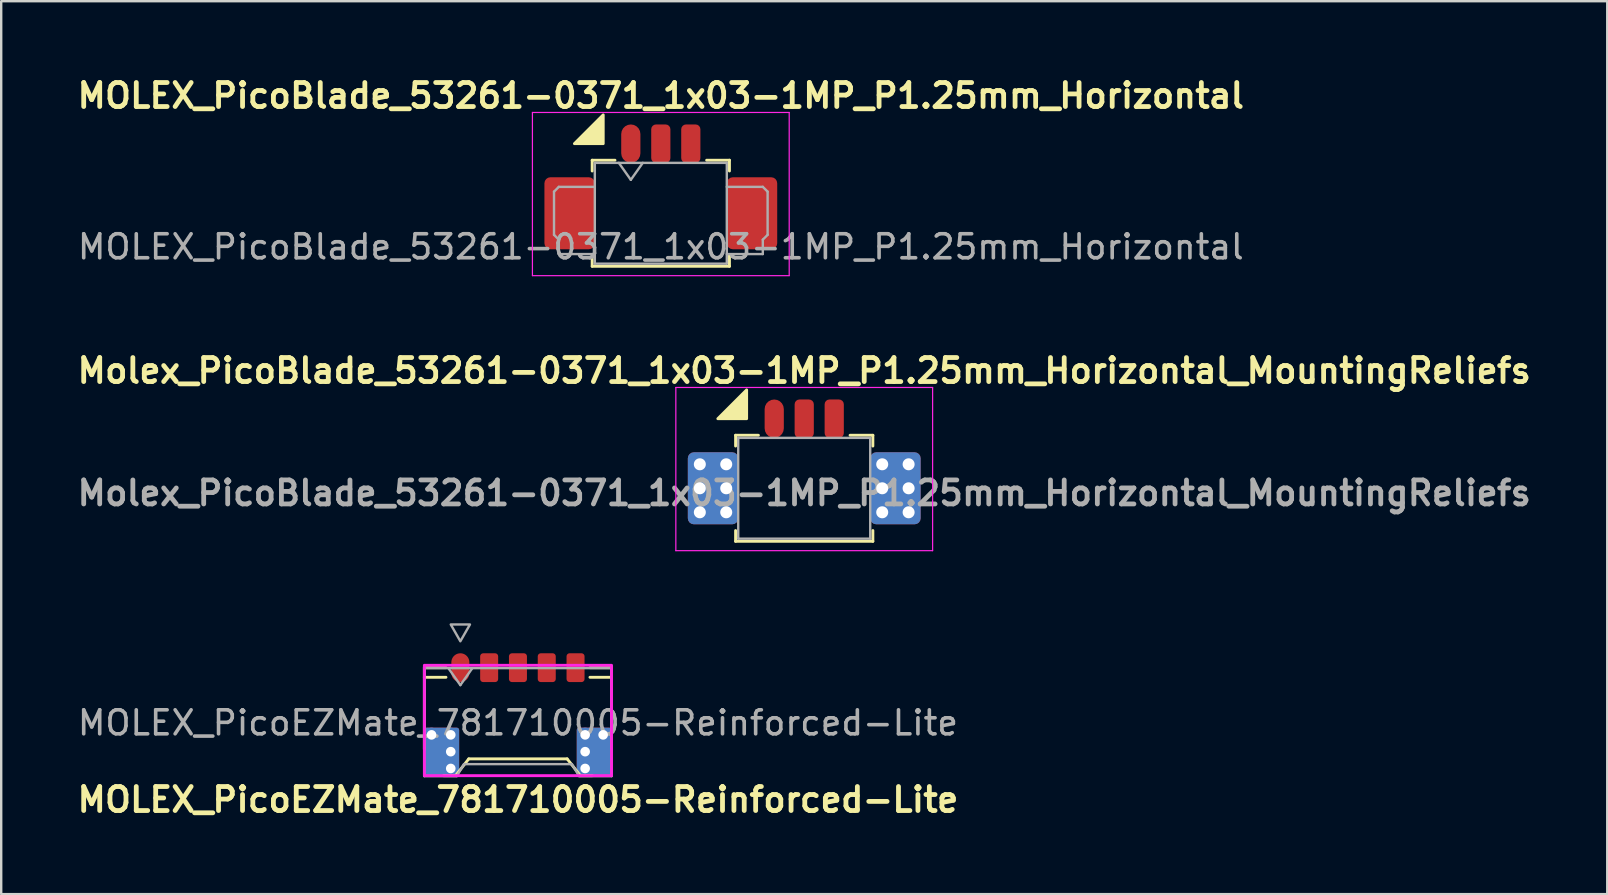
<source format=kicad_pcb>
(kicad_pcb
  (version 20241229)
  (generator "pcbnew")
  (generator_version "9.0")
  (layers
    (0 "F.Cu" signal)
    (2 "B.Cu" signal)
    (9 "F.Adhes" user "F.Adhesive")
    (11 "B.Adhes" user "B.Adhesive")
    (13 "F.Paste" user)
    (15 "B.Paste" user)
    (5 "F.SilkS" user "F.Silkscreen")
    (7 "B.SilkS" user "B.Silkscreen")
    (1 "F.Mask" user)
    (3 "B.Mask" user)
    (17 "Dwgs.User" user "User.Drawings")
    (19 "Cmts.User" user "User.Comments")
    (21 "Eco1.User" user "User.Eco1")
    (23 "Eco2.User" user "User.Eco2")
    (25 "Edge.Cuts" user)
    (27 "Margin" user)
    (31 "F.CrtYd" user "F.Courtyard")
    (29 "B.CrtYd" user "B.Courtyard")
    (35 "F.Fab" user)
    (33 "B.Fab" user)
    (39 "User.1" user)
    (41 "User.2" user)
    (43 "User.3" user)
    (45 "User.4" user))
  (footprint "Molex_PicoBlade_53261-0371_1x03-1MP_P1.25mm_Horizontal_MountingReliefs"
    (layer "F.Cu")
    (at 30.462 16.797)
    (property "Reference" "Molex_PicoBlade_53261-0371_1x03-1MP_P1.25mm_Horizontal_MountingReliefs" (at 0 -4.4 0) (layer "F.SilkS") (effects (font (size 1 1) (thickness 0.2))))
    (attr smd)
    (fp_line (start -2.86 -1.71) (end -1.91 -1.71) (stroke (width 0.12) (type solid)) (layer "F.SilkS"))
    (fp_line (start -2.86 -1.26) (end -2.86 -1.71) (stroke (width 0.12) (type solid)) (layer "F.SilkS"))
    (fp_line (start -2.86 2.26) (end -2.86 2.71) (stroke (width 0.12) (type solid)) (layer "F.SilkS"))
    (fp_line (start -2.86 2.71) (end 2.86 2.71) (stroke (width 0.12) (type solid)) (layer "F.SilkS"))
    (fp_line (start 2.86 -1.71) (end 1.91 -1.71) (stroke (width 0.12) (type solid)) (layer "F.SilkS"))
    (fp_line (start 2.86 -1.26) (end 2.86 -1.71) (stroke (width 0.12) (type solid)) (layer "F.SilkS"))
    (fp_line (start 2.86 2.71) (end 2.86 2.26) (stroke (width 0.12) (type solid)) (layer "F.SilkS"))
    (fp_poly (pts (xy -2.4 -2.4) (xy -3.6 -2.4) (xy -2.4 -3.6)) (stroke (width 0.12) (type solid)) (fill yes) (layer "F.SilkS"))
    (fp_line (start -5.35 -3.7) (end -5.35 3.1) (stroke (width 0.05) (type solid)) (layer "F.CrtYd"))
    (fp_line (start -5.35 3.1) (end 5.35 3.1) (stroke (width 0.05) (type solid)) (layer "F.CrtYd"))
    (fp_line (start 5.35 -3.7) (end -5.35 -3.7) (stroke (width 0.05) (type solid)) (layer "F.CrtYd"))
    (fp_line (start 5.35 3.1) (end 5.35 -3.7) (stroke (width 0.05) (type solid)) (layer "F.CrtYd"))
    (fp_line (start -2.75 -1.6) (end -2.75 2.6) (stroke (width 0.1) (type solid)) (layer "F.Fab"))
    (fp_line (start -2.75 -1.6) (end 2.75 -1.6) (stroke (width 0.1) (type solid)) (layer "F.Fab"))
    (fp_line (start -2.75 2.6) (end 2.75 2.6) (stroke (width 0.1) (type solid)) (layer "F.Fab"))
    (fp_line (start 2.75 -1.6) (end 2.75 2.6) (stroke (width 0.1) (type solid)) (layer "F.Fab"))
    (fp_text user "${REFERENCE}" (at 0 0.7 0) (layer "F.Fab") (effects (font (size 1 1) (thickness 0.2))))
    (pad "1" smd roundrect (at -1.25 -2.4) (size 0.8 1.6) (layers "F.Cu" "F.Mask" "F.Paste") (roundrect_rratio 0.5))
    (pad "2" smd roundrect (at 0 -2.4) (size 0.8 1.6) (layers "F.Cu" "F.Mask" "F.Paste") (roundrect_rratio 0.25))
    (pad "3" smd roundrect (at 1.25 -2.4) (size 0.8 1.6) (layers "F.Cu" "F.Mask" "F.Paste") (roundrect_rratio 0.25))
    (pad "MP" thru_hole circle (at -4.35 -0.5) (size 0.7 0.7) (drill 0.5) (layers "*.Cu" "F.Mask"))
    (pad "MP" thru_hole circle (at -4.35 0.5) (size 0.7 0.7) (drill 0.5) (layers "*.Cu" "F.Mask"))
    (pad "MP" thru_hole circle (at -4.35 1.5) (size 0.7 0.7) (drill 0.5) (layers "*.Cu" "F.Mask"))
    (pad "MP" smd roundrect (at -3.8 0.5) (size 2.1 3) (layers "F.Cu" "F.Mask" "F.Paste") (roundrect_rratio 0.119))
    (pad "MP" smd roundrect (at -3.8 0.5) (size 2.1 3) (layers "B.Cu") (roundrect_rratio 0.119))
    (pad "MP" thru_hole circle (at -3.25 -0.5) (size 0.7 0.7) (drill 0.5) (layers "*.Cu" "F.Mask"))
    (pad "MP" thru_hole circle (at -3.25 0.5) (size 0.7 0.7) (drill 0.5) (layers "*.Cu" "F.Mask"))
    (pad "MP" thru_hole circle (at -3.25 1.5) (size 0.7 0.7) (drill 0.5) (layers "*.Cu" "F.Mask"))
    (pad "MP" thru_hole circle (at 3.25 -0.5) (size 0.7 0.7) (drill 0.5) (layers "*.Cu" "F.Mask"))
    (pad "MP" thru_hole circle (at 3.25 0.5) (size 0.7 0.7) (drill 0.5) (layers "*.Cu" "F.Mask"))
    (pad "MP" thru_hole circle (at 3.25 1.5) (size 0.7 0.7) (drill 0.5) (layers "*.Cu" "F.Mask"))
    (pad "MP" smd roundrect (at 3.8 0.5) (size 2.1 3) (layers "F.Cu" "F.Mask" "F.Paste") (roundrect_rratio 0.119))
    (pad "MP" smd roundrect (at 3.8 0.5) (size 2.1 3) (layers "B.Cu") (roundrect_rratio 0.119))
    (pad "MP" thru_hole circle (at 4.35 -0.5) (size 0.7 0.7) (drill 0.5) (layers "*.Cu" "F.Mask"))
    (pad "MP" thru_hole circle (at 4.35 0.5) (size 0.7 0.7) (drill 0.5) (layers "*.Cu" "F.Mask"))
    (pad "MP" thru_hole circle (at 4.35 1.5) (size 0.7 0.7) (drill 0.5) (layers "*.Cu" "F.Mask")))
  (footprint "MOLEX_PicoEZMate_781710005-Reinforced-Lite"
    (layer "F.Cu")
    (at 18.533 26.772)
    (property "Reference" "MOLEX_PicoEZMate_781710005-Reinforced-Lite" (at 0 3.5 0) (layer "F.SilkS") (effects (font (size 1 1) (thickness 0.2))))
    (attr smd)
    (fp_line (start -3.9 -2) (end -3.9 1.4) (stroke (width 0.12) (type solid)) (layer "F.SilkS"))
    (fp_line (start -3.9 -2) (end -3 -2) (stroke (width 0.12) (type solid)) (layer "F.SilkS"))
    (fp_line (start -3 -1.6) (end -3.9 -1.6) (stroke (width 0.12) (type solid)) (layer "F.SilkS"))
    (fp_line (start -2.6 2.5) (end -3.1 2.5) (stroke (width 0.12) (type solid)) (layer "F.SilkS"))
    (fp_line (start -2.05 1.8) (end -2.6 2.5) (stroke (width 0.12) (type solid)) (layer "F.SilkS"))
    (fp_line (start 2.05 1.8) (end -2.05 1.8) (stroke (width 0.12) (type solid)) (layer "F.SilkS"))
    (fp_line (start 2.6 2.5) (end 2.05 1.8) (stroke (width 0.12) (type solid)) (layer "F.SilkS"))
    (fp_line (start 2.6 2.5) (end 3.1 2.5) (stroke (width 0.12) (type solid)) (layer "F.SilkS"))
    (fp_line (start 3 -2) (end 3.9 -2) (stroke (width 0.12) (type solid)) (layer "F.SilkS"))
    (fp_line (start 3.9 -2) (end 3.9 1.4) (stroke (width 0.12) (type solid)) (layer "F.SilkS"))
    (fp_line (start 3.9 -1.6) (end 3 -1.6) (stroke (width 0.12) (type solid)) (layer "F.SilkS"))
    (fp_rect (start -3.9 -2.1) (end 3.9 2.5) (stroke (width 0.12) (type solid)) (fill no) (layer "F.CrtYd"))
    (fp_line (start -3.9 -1.98) (end -3.9 2.52) (stroke (width 0.1) (type solid)) (layer "F.Fab"))
    (fp_line (start -3.9 -1.98) (end 3.9 -1.98) (stroke (width 0.1) (type solid)) (layer "F.Fab"))
    (fp_line (start -3.9 2.52) (end -2.55 2.52) (stroke (width 0.1) (type solid)) (layer "F.Fab"))
    (fp_line (start -2.9 -1.98) (end -2.4 -1.273) (stroke (width 0.1) (type solid)) (layer "F.Fab"))
    (fp_line (start -2.55 2.52) (end -2.25 2.02) (stroke (width 0.1) (type solid)) (layer "F.Fab"))
    (fp_line (start -2.4 -1.273) (end -1.9 -1.98) (stroke (width 0.1) (type solid)) (layer "F.Fab"))
    (fp_line (start -2.25 2.02) (end 2.25 2.02) (stroke (width 0.1) (type solid)) (layer "F.Fab"))
    (fp_line (start 2.25 2.02) (end 2.55 2.52) (stroke (width 0.1) (type solid)) (layer "F.Fab"))
    (fp_line (start 2.55 2.52) (end 3.9 2.52) (stroke (width 0.1) (type solid)) (layer "F.Fab"))
    (fp_line (start 3.9 -1.98) (end 3.9 2.52) (stroke (width 0.1) (type solid)) (layer "F.Fab"))
    (fp_poly (pts (xy -2.4 -3.1) (xy -2.8 -3.8) (xy -2 -3.8)) (stroke (width 0.1) (type solid)) (fill no) (layer "F.Fab"))
    (fp_text user "${REFERENCE}" (at 0 0.3 0) (layer "F.Fab") (effects (font (size 1 1) (thickness 0.15))))
    (pad "" thru_hole circle (at -3.6 0.8) (size 0.6 0.6) (drill 0.4) (layers "*.Cu"))
    (pad "" smd roundrect (at -3.55 2) (size 0.7 1) (layers "F.Mask" "F.Paste") (roundrect_rratio 0.143))
    (pad "" smd roundrect (at -3.175 1.5) (size 1.45 2) (layers "F.Cu") (roundrect_rratio 0.069))
    (pad "" smd roundrect (at -3.175 1.5) (size 1.45 2) (layers "B.Cu") (roundrect_rratio 0.069))
    (pad "" thru_hole circle (at -2.8 0.8) (size 0.6 0.6) (drill 0.4) (layers "*.Cu"))
    (pad "" thru_hole circle (at -2.8 1.5) (size 0.6 0.6) (drill 0.4) (layers "*.Cu"))
    (pad "" thru_hole circle (at -2.8 2.2) (size 0.6 0.6) (drill 0.4) (layers "*.Cu"))
    (pad "" thru_hole circle (at 2.8 0.8) (size 0.6 0.6) (drill 0.4) (layers "*.Cu"))
    (pad "" thru_hole circle (at 2.8 1.5) (size 0.6 0.6) (drill 0.4) (layers "*.Cu"))
    (pad "" thru_hole circle (at 2.8 2.2) (size 0.6 0.6) (drill 0.4) (layers "*.Cu"))
    (pad "" smd roundrect (at 3.175 1.5) (size 1.45 2) (layers "F.Cu") (roundrect_rratio 0.069))
    (pad "" smd roundrect (at 3.175 1.5) (size 1.45 2) (layers "B.Cu") (roundrect_rratio 0.069))
    (pad "" thru_hole circle (at 3.55 0.8) (size 0.6 0.6) (drill 0.4) (layers "*.Cu"))
    (pad "" smd roundrect (at 3.55 2) (size 0.7 1) (layers "F.Mask" "F.Paste") (roundrect_rratio 0.143))
    (pad "1" smd oval (at -2.4 -2) (size 0.75 1.2) (layers "F.Cu" "F.Mask" "F.Paste"))
    (pad "2" smd roundrect (at -1.2 -2) (size 0.75 1.2) (layers "F.Cu" "F.Mask" "F.Paste") (roundrect_rratio 0.167))
    (pad "3" smd roundrect (at 0 -2) (size 0.75 1.2) (layers "F.Cu" "F.Mask" "F.Paste") (roundrect_rratio 0.167))
    (pad "4" smd roundrect (at 1.2 -2) (size 0.75 1.2) (layers "F.Cu" "F.Mask" "F.Paste") (roundrect_rratio 0.167))
    (pad "5" smd roundrect (at 2.4 -2) (size 0.75 1.2) (layers "F.Cu" "F.Mask" "F.Paste") (roundrect_rratio 0.167)))
  (footprint "MOLEX_PicoBlade_53261-0371_1x03-1MP_P1.25mm_Horizontal"
    (layer "F.Cu")
    (at 24.486 5.336)
    (property "Reference" "MOLEX_PicoBlade_53261-0371_1x03-1MP_P1.25mm_Horizontal" (at 0 -4.4 0) (layer "F.SilkS") (effects (font (size 1 1) (thickness 0.2))))
    (attr smd)
    (fp_line (start -2.86 -1.71) (end -1.91 -1.71) (stroke (width 0.12) (type solid)) (layer "F.SilkS"))
    (fp_line (start -2.86 -1.26) (end -2.86 -1.71) (stroke (width 0.12) (type solid)) (layer "F.SilkS"))
    (fp_line (start -2.86 2.26) (end -2.86 2.71) (stroke (width 0.12) (type solid)) (layer "F.SilkS"))
    (fp_line (start -2.86 2.71) (end 2.86 2.71) (stroke (width 0.12) (type solid)) (layer "F.SilkS"))
    (fp_line (start 2.86 -1.71) (end 1.91 -1.71) (stroke (width 0.12) (type solid)) (layer "F.SilkS"))
    (fp_line (start 2.86 -1.26) (end 2.86 -1.71) (stroke (width 0.12) (type solid)) (layer "F.SilkS"))
    (fp_line (start 2.86 2.71) (end 2.86 2.26) (stroke (width 0.12) (type solid)) (layer "F.SilkS"))
    (fp_poly (pts (xy -2.4 -2.4) (xy -3.6 -2.4) (xy -2.4 -3.6)) (stroke (width 0.12) (type solid)) (fill yes) (layer "F.SilkS"))
    (fp_line (start -5.35 -3.7) (end -5.35 3.1) (stroke (width 0.05) (type solid)) (layer "F.CrtYd"))
    (fp_line (start -5.35 3.1) (end 5.35 3.1) (stroke (width 0.05) (type solid)) (layer "F.CrtYd"))
    (fp_line (start 5.35 -3.7) (end -5.35 -3.7) (stroke (width 0.05) (type solid)) (layer "F.CrtYd"))
    (fp_line (start 5.35 3.1) (end 5.35 -3.7) (stroke (width 0.05) (type solid)) (layer "F.CrtYd"))
    (fp_line (start -4.45 -0.4) (end -4.45 1.4) (stroke (width 0.1) (type solid)) (layer "F.Fab"))
    (fp_line (start -4.45 1.4) (end -4.25 1.6) (stroke (width 0.1) (type solid)) (layer "F.Fab"))
    (fp_line (start -4.25 -0.6) (end -4.45 -0.4) (stroke (width 0.1) (type solid)) (layer "F.Fab"))
    (fp_line (start -4.25 1.6) (end -4.25 2.2) (stroke (width 0.1) (type solid)) (layer "F.Fab"))
    (fp_line (start -4.25 2.2) (end -2.75 2.2) (stroke (width 0.1) (type solid)) (layer "F.Fab"))
    (fp_line (start -2.75 -1.6) (end -2.75 2.6) (stroke (width 0.1) (type solid)) (layer "F.Fab"))
    (fp_line (start -2.75 -1.6) (end 2.75 -1.6) (stroke (width 0.1) (type solid)) (layer "F.Fab"))
    (fp_line (start -2.75 -0.6) (end -4.25 -0.6) (stroke (width 0.1) (type solid)) (layer "F.Fab"))
    (fp_line (start -2.75 2.6) (end 2.75 2.6) (stroke (width 0.1) (type solid)) (layer "F.Fab"))
    (fp_line (start -1.75 -1.6) (end -1.25 -0.893) (stroke (width 0.1) (type solid)) (layer "F.Fab"))
    (fp_line (start -1.25 -0.893) (end -0.75 -1.6) (stroke (width 0.1) (type solid)) (layer "F.Fab"))
    (fp_line (start 2.75 -1.6) (end 2.75 2.6) (stroke (width 0.1) (type solid)) (layer "F.Fab"))
    (fp_line (start 2.75 -0.6) (end 4.25 -0.6) (stroke (width 0.1) (type solid)) (layer "F.Fab"))
    (fp_line (start 4.25 -0.6) (end 4.45 -0.4) (stroke (width 0.1) (type solid)) (layer "F.Fab"))
    (fp_line (start 4.25 1.6) (end 4.25 2.2) (stroke (width 0.1) (type solid)) (layer "F.Fab"))
    (fp_line (start 4.25 2.2) (end 2.75 2.2) (stroke (width 0.1) (type solid)) (layer "F.Fab"))
    (fp_line (start 4.45 -0.4) (end 4.45 1.4) (stroke (width 0.1) (type solid)) (layer "F.Fab"))
    (fp_line (start 4.45 1.4) (end 4.25 1.6) (stroke (width 0.1) (type solid)) (layer "F.Fab"))
    (fp_text user "${REFERENCE}" (at 0 1.9 0) (layer "F.Fab") (effects (font (size 1 1) (thickness 0.15))))
    (pad "1" smd roundrect (at -1.25 -2.4) (size 0.8 1.6) (layers "F.Cu" "F.Mask" "F.Paste") (roundrect_rratio 0.5))
    (pad "2" smd roundrect (at 0 -2.4) (size 0.8 1.6) (layers "F.Cu" "F.Mask" "F.Paste") (roundrect_rratio 0.25))
    (pad "3" smd roundrect (at 1.25 -2.4) (size 0.8 1.6) (layers "F.Cu" "F.Mask" "F.Paste") (roundrect_rratio 0.25))
    (pad "MP" smd roundrect (at -3.8 0.5) (size 2.1 3) (layers "F.Cu" "F.Mask" "F.Paste") (roundrect_rratio 0.119))
    (pad "MP" smd roundrect (at 3.8 0.5) (size 2.1 3) (layers "F.Cu" "F.Mask" "F.Paste") (roundrect_rratio 0.119)))
  (gr_rect
    (start -3 -3)
    (end 63.924 34.208)
    (stroke (width 0.1) (type default))
    (fill no)
    (layer "Edge.Cuts")))
</source>
